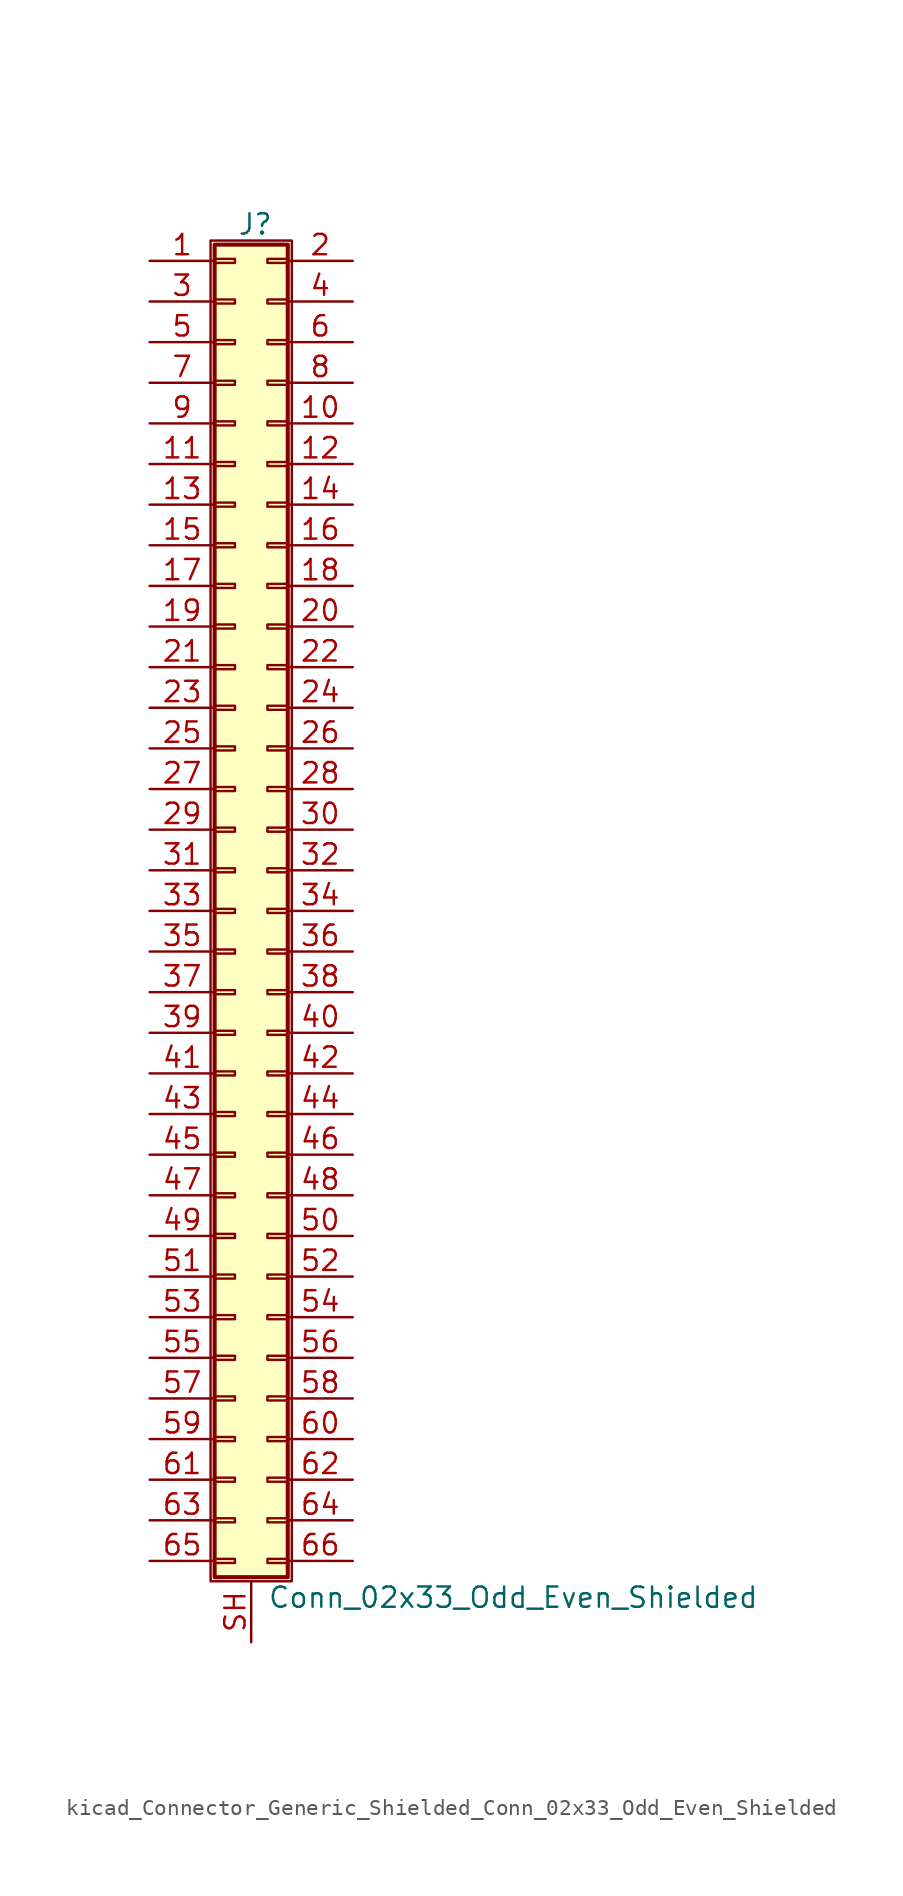
<source format=kicad_sym>
(kicad_symbol_lib
  (version 20220914)
  (generator kicad_symbol_editor)
  (symbol "kicad_Connector_Generic_Shielded_Conn_02x33_Odd_Even_Shielded"
    (pin_names
      (offset 1.016) hide)
    (property "Reference" "J"
      (at 1.524 42.926 0)
      (effects (font (size 1.27 1.27))))
    (property "Value" "Conn_02x33_Odd_Even_Shielded"
      (at 2.286 -42.926 0)
      (effects (font (size 1.27 1.27)) (justify left)))
    (symbol "kicad_Connector_Generic_Shielded_Conn_02x33_Odd_Even_Shielded_1_1"
      (rectangle (start -1.27 41.91) (end 3.81 -41.91) (stroke (width 0.152) (type default)) (fill (type none)))
      (rectangle (start -1.016 -40.513) (end 0.254 -40.767) (stroke (width 0.152) (type default)) (fill (type none)))
      (rectangle (start -1.016 -37.973) (end 0.254 -38.227) (stroke (width 0.152) (type default)) (fill (type none)))
      (rectangle (start -1.016 -35.433) (end 0.254 -35.687) (stroke (width 0.152) (type default)) (fill (type none)))
      (rectangle (start -1.016 -32.893) (end 0.254 -33.147) (stroke (width 0.152) (type default)) (fill (type none)))
      (rectangle (start -1.016 -30.353) (end 0.254 -30.607) (stroke (width 0.152) (type default)) (fill (type none)))
      (rectangle (start -1.016 -27.813) (end 0.254 -28.067) (stroke (width 0.152) (type default)) (fill (type none)))
      (rectangle (start -1.016 -25.273) (end 0.254 -25.527) (stroke (width 0.152) (type default)) (fill (type none)))
      (rectangle (start -1.016 -22.733) (end 0.254 -22.987) (stroke (width 0.152) (type default)) (fill (type none)))
      (rectangle (start -1.016 -20.193) (end 0.254 -20.447) (stroke (width 0.152) (type default)) (fill (type none)))
      (rectangle (start -1.016 -17.653) (end 0.254 -17.907) (stroke (width 0.152) (type default)) (fill (type none)))
      (rectangle (start -1.016 -15.113) (end 0.254 -15.367) (stroke (width 0.152) (type default)) (fill (type none)))
      (rectangle (start -1.016 -12.573) (end 0.254 -12.827) (stroke (width 0.152) (type default)) (fill (type none)))
      (rectangle (start -1.016 -10.033) (end 0.254 -10.287) (stroke (width 0.152) (type default)) (fill (type none)))
      (rectangle (start -1.016 -7.493) (end 0.254 -7.747) (stroke (width 0.152) (type default)) (fill (type none)))
      (rectangle (start -1.016 -4.953) (end 0.254 -5.207) (stroke (width 0.152) (type default)) (fill (type none)))
      (rectangle (start -1.016 -2.413) (end 0.254 -2.667) (stroke (width 0.152) (type default)) (fill (type none)))
      (rectangle (start -1.016 0.127) (end 0.254 -0.127) (stroke (width 0.152) (type default)) (fill (type none)))
      (rectangle (start -1.016 2.667) (end 0.254 2.413) (stroke (width 0.152) (type default)) (fill (type none)))
      (rectangle (start -1.016 5.207) (end 0.254 4.953) (stroke (width 0.152) (type default)) (fill (type none)))
      (rectangle (start -1.016 7.747) (end 0.254 7.493) (stroke (width 0.152) (type default)) (fill (type none)))
      (rectangle (start -1.016 10.287) (end 0.254 10.033) (stroke (width 0.152) (type default)) (fill (type none)))
      (rectangle (start -1.016 12.827) (end 0.254 12.573) (stroke (width 0.152) (type default)) (fill (type none)))
      (rectangle (start -1.016 15.367) (end 0.254 15.113) (stroke (width 0.152) (type default)) (fill (type none)))
      (rectangle (start -1.016 17.907) (end 0.254 17.653) (stroke (width 0.152) (type default)) (fill (type none)))
      (rectangle (start -1.016 20.447) (end 0.254 20.193) (stroke (width 0.152) (type default)) (fill (type none)))
      (rectangle (start -1.016 22.987) (end 0.254 22.733) (stroke (width 0.152) (type default)) (fill (type none)))
      (rectangle (start -1.016 25.527) (end 0.254 25.273) (stroke (width 0.152) (type default)) (fill (type none)))
      (rectangle (start -1.016 28.067) (end 0.254 27.813) (stroke (width 0.152) (type default)) (fill (type none)))
      (rectangle (start -1.016 30.607) (end 0.254 30.353) (stroke (width 0.152) (type default)) (fill (type none)))
      (rectangle (start -1.016 33.147) (end 0.254 32.893) (stroke (width 0.152) (type default)) (fill (type none)))
      (rectangle (start -1.016 35.687) (end 0.254 35.433) (stroke (width 0.152) (type default)) (fill (type none)))
      (rectangle (start -1.016 38.227) (end 0.254 37.973) (stroke (width 0.152) (type default)) (fill (type none)))
      (rectangle (start -1.016 40.767) (end 0.254 40.513) (stroke (width 0.152) (type default)) (fill (type none)))
      (rectangle (start -1.016 41.656) (end 3.556 -41.656) (stroke (width 0.254) (type default)) (fill (type background)))
      (rectangle (start 3.556 -40.513) (end 2.286 -40.767) (stroke (width 0.152) (type default)) (fill (type none)))
      (rectangle (start 3.556 -37.973) (end 2.286 -38.227) (stroke (width 0.152) (type default)) (fill (type none)))
      (rectangle (start 3.556 -35.433) (end 2.286 -35.687) (stroke (width 0.152) (type default)) (fill (type none)))
      (rectangle (start 3.556 -32.893) (end 2.286 -33.147) (stroke (width 0.152) (type default)) (fill (type none)))
      (rectangle (start 3.556 -30.353) (end 2.286 -30.607) (stroke (width 0.152) (type default)) (fill (type none)))
      (rectangle (start 3.556 -27.813) (end 2.286 -28.067) (stroke (width 0.152) (type default)) (fill (type none)))
      (rectangle (start 3.556 -25.273) (end 2.286 -25.527) (stroke (width 0.152) (type default)) (fill (type none)))
      (rectangle (start 3.556 -22.733) (end 2.286 -22.987) (stroke (width 0.152) (type default)) (fill (type none)))
      (rectangle (start 3.556 -20.193) (end 2.286 -20.447) (stroke (width 0.152) (type default)) (fill (type none)))
      (rectangle (start 3.556 -17.653) (end 2.286 -17.907) (stroke (width 0.152) (type default)) (fill (type none)))
      (rectangle (start 3.556 -15.113) (end 2.286 -15.367) (stroke (width 0.152) (type default)) (fill (type none)))
      (rectangle (start 3.556 -12.573) (end 2.286 -12.827) (stroke (width 0.152) (type default)) (fill (type none)))
      (rectangle (start 3.556 -10.033) (end 2.286 -10.287) (stroke (width 0.152) (type default)) (fill (type none)))
      (rectangle (start 3.556 -7.493) (end 2.286 -7.747) (stroke (width 0.152) (type default)) (fill (type none)))
      (rectangle (start 3.556 -4.953) (end 2.286 -5.207) (stroke (width 0.152) (type default)) (fill (type none)))
      (rectangle (start 3.556 -2.413) (end 2.286 -2.667) (stroke (width 0.152) (type default)) (fill (type none)))
      (rectangle (start 3.556 0.127) (end 2.286 -0.127) (stroke (width 0.152) (type default)) (fill (type none)))
      (rectangle (start 3.556 2.667) (end 2.286 2.413) (stroke (width 0.152) (type default)) (fill (type none)))
      (rectangle (start 3.556 5.207) (end 2.286 4.953) (stroke (width 0.152) (type default)) (fill (type none)))
      (rectangle (start 3.556 7.747) (end 2.286 7.493) (stroke (width 0.152) (type default)) (fill (type none)))
      (rectangle (start 3.556 10.287) (end 2.286 10.033) (stroke (width 0.152) (type default)) (fill (type none)))
      (rectangle (start 3.556 12.827) (end 2.286 12.573) (stroke (width 0.152) (type default)) (fill (type none)))
      (rectangle (start 3.556 15.367) (end 2.286 15.113) (stroke (width 0.152) (type default)) (fill (type none)))
      (rectangle (start 3.556 17.907) (end 2.286 17.653) (stroke (width 0.152) (type default)) (fill (type none)))
      (rectangle (start 3.556 20.447) (end 2.286 20.193) (stroke (width 0.152) (type default)) (fill (type none)))
      (rectangle (start 3.556 22.987) (end 2.286 22.733) (stroke (width 0.152) (type default)) (fill (type none)))
      (rectangle (start 3.556 25.527) (end 2.286 25.273) (stroke (width 0.152) (type default)) (fill (type none)))
      (rectangle (start 3.556 28.067) (end 2.286 27.813) (stroke (width 0.152) (type default)) (fill (type none)))
      (rectangle (start 3.556 30.607) (end 2.286 30.353) (stroke (width 0.152) (type default)) (fill (type none)))
      (rectangle (start 3.556 33.147) (end 2.286 32.893) (stroke (width 0.152) (type default)) (fill (type none)))
      (rectangle (start 3.556 35.687) (end 2.286 35.433) (stroke (width 0.152) (type default)) (fill (type none)))
      (rectangle (start 3.556 38.227) (end 2.286 37.973) (stroke (width 0.152) (type default)) (fill (type none)))
      (rectangle (start 3.556 40.767) (end 2.286 40.513) (stroke (width 0.152) (type default)) (fill (type none)))
      (pin passive line (at -5.08 40.64 0) (length 4.064) (name "Pin_1" (effects (font (size 1.27 1.27)))) (number "1" (effects (font (size 1.27 1.27)))))
      (pin passive line (at 7.62 30.48 180) (length 4.064) (name "Pin_10" (effects (font (size 1.27 1.27)))) (number "10" (effects (font (size 1.27 1.27)))))
      (pin passive line (at -5.08 27.94 0) (length 4.064) (name "Pin_11" (effects (font (size 1.27 1.27)))) (number "11" (effects (font (size 1.27 1.27)))))
      (pin passive line (at 7.62 27.94 180) (length 4.064) (name "Pin_12" (effects (font (size 1.27 1.27)))) (number "12" (effects (font (size 1.27 1.27)))))
      (pin passive line (at -5.08 25.4 0) (length 4.064) (name "Pin_13" (effects (font (size 1.27 1.27)))) (number "13" (effects (font (size 1.27 1.27)))))
      (pin passive line (at 7.62 25.4 180) (length 4.064) (name "Pin_14" (effects (font (size 1.27 1.27)))) (number "14" (effects (font (size 1.27 1.27)))))
      (pin passive line (at -5.08 22.86 0) (length 4.064) (name "Pin_15" (effects (font (size 1.27 1.27)))) (number "15" (effects (font (size 1.27 1.27)))))
      (pin passive line (at 7.62 22.86 180) (length 4.064) (name "Pin_16" (effects (font (size 1.27 1.27)))) (number "16" (effects (font (size 1.27 1.27)))))
      (pin passive line (at -5.08 20.32 0) (length 4.064) (name "Pin_17" (effects (font (size 1.27 1.27)))) (number "17" (effects (font (size 1.27 1.27)))))
      (pin passive line (at 7.62 20.32 180) (length 4.064) (name "Pin_18" (effects (font (size 1.27 1.27)))) (number "18" (effects (font (size 1.27 1.27)))))
      (pin passive line (at -5.08 17.78 0) (length 4.064) (name "Pin_19" (effects (font (size 1.27 1.27)))) (number "19" (effects (font (size 1.27 1.27)))))
      (pin passive line (at 7.62 40.64 180) (length 4.064) (name "Pin_2" (effects (font (size 1.27 1.27)))) (number "2" (effects (font (size 1.27 1.27)))))
      (pin passive line (at 7.62 17.78 180) (length 4.064) (name "Pin_20" (effects (font (size 1.27 1.27)))) (number "20" (effects (font (size 1.27 1.27)))))
      (pin passive line (at -5.08 15.24 0) (length 4.064) (name "Pin_21" (effects (font (size 1.27 1.27)))) (number "21" (effects (font (size 1.27 1.27)))))
      (pin passive line (at 7.62 15.24 180) (length 4.064) (name "Pin_22" (effects (font (size 1.27 1.27)))) (number "22" (effects (font (size 1.27 1.27)))))
      (pin passive line (at -5.08 12.7 0) (length 4.064) (name "Pin_23" (effects (font (size 1.27 1.27)))) (number "23" (effects (font (size 1.27 1.27)))))
      (pin passive line (at 7.62 12.7 180) (length 4.064) (name "Pin_24" (effects (font (size 1.27 1.27)))) (number "24" (effects (font (size 1.27 1.27)))))
      (pin passive line (at -5.08 10.16 0) (length 4.064) (name "Pin_25" (effects (font (size 1.27 1.27)))) (number "25" (effects (font (size 1.27 1.27)))))
      (pin passive line (at 7.62 10.16 180) (length 4.064) (name "Pin_26" (effects (font (size 1.27 1.27)))) (number "26" (effects (font (size 1.27 1.27)))))
      (pin passive line (at -5.08 7.62 0) (length 4.064) (name "Pin_27" (effects (font (size 1.27 1.27)))) (number "27" (effects (font (size 1.27 1.27)))))
      (pin passive line (at 7.62 7.62 180) (length 4.064) (name "Pin_28" (effects (font (size 1.27 1.27)))) (number "28" (effects (font (size 1.27 1.27)))))
      (pin passive line (at -5.08 5.08 0) (length 4.064) (name "Pin_29" (effects (font (size 1.27 1.27)))) (number "29" (effects (font (size 1.27 1.27)))))
      (pin passive line (at -5.08 38.1 0) (length 4.064) (name "Pin_3" (effects (font (size 1.27 1.27)))) (number "3" (effects (font (size 1.27 1.27)))))
      (pin passive line (at 7.62 5.08 180) (length 4.064) (name "Pin_30" (effects (font (size 1.27 1.27)))) (number "30" (effects (font (size 1.27 1.27)))))
      (pin passive line (at -5.08 2.54 0) (length 4.064) (name "Pin_31" (effects (font (size 1.27 1.27)))) (number "31" (effects (font (size 1.27 1.27)))))
      (pin passive line (at 7.62 2.54 180) (length 4.064) (name "Pin_32" (effects (font (size 1.27 1.27)))) (number "32" (effects (font (size 1.27 1.27)))))
      (pin passive line (at -5.08 0 0) (length 4.064) (name "Pin_33" (effects (font (size 1.27 1.27)))) (number "33" (effects (font (size 1.27 1.27)))))
      (pin passive line (at 7.62 0 180) (length 4.064) (name "Pin_34" (effects (font (size 1.27 1.27)))) (number "34" (effects (font (size 1.27 1.27)))))
      (pin passive line (at -5.08 -2.54 0) (length 4.064) (name "Pin_35" (effects (font (size 1.27 1.27)))) (number "35" (effects (font (size 1.27 1.27)))))
      (pin passive line (at 7.62 -2.54 180) (length 4.064) (name "Pin_36" (effects (font (size 1.27 1.27)))) (number "36" (effects (font (size 1.27 1.27)))))
      (pin passive line (at -5.08 -5.08 0) (length 4.064) (name "Pin_37" (effects (font (size 1.27 1.27)))) (number "37" (effects (font (size 1.27 1.27)))))
      (pin passive line (at 7.62 -5.08 180) (length 4.064) (name "Pin_38" (effects (font (size 1.27 1.27)))) (number "38" (effects (font (size 1.27 1.27)))))
      (pin passive line (at -5.08 -7.62 0) (length 4.064) (name "Pin_39" (effects (font (size 1.27 1.27)))) (number "39" (effects (font (size 1.27 1.27)))))
      (pin passive line (at 7.62 38.1 180) (length 4.064) (name "Pin_4" (effects (font (size 1.27 1.27)))) (number "4" (effects (font (size 1.27 1.27)))))
      (pin passive line (at 7.62 -7.62 180) (length 4.064) (name "Pin_40" (effects (font (size 1.27 1.27)))) (number "40" (effects (font (size 1.27 1.27)))))
      (pin passive line (at -5.08 -10.16 0) (length 4.064) (name "Pin_41" (effects (font (size 1.27 1.27)))) (number "41" (effects (font (size 1.27 1.27)))))
      (pin passive line (at 7.62 -10.16 180) (length 4.064) (name "Pin_42" (effects (font (size 1.27 1.27)))) (number "42" (effects (font (size 1.27 1.27)))))
      (pin passive line (at -5.08 -12.7 0) (length 4.064) (name "Pin_43" (effects (font (size 1.27 1.27)))) (number "43" (effects (font (size 1.27 1.27)))))
      (pin passive line (at 7.62 -12.7 180) (length 4.064) (name "Pin_44" (effects (font (size 1.27 1.27)))) (number "44" (effects (font (size 1.27 1.27)))))
      (pin passive line (at -5.08 -15.24 0) (length 4.064) (name "Pin_45" (effects (font (size 1.27 1.27)))) (number "45" (effects (font (size 1.27 1.27)))))
      (pin passive line (at 7.62 -15.24 180) (length 4.064) (name "Pin_46" (effects (font (size 1.27 1.27)))) (number "46" (effects (font (size 1.27 1.27)))))
      (pin passive line (at -5.08 -17.78 0) (length 4.064) (name "Pin_47" (effects (font (size 1.27 1.27)))) (number "47" (effects (font (size 1.27 1.27)))))
      (pin passive line (at 7.62 -17.78 180) (length 4.064) (name "Pin_48" (effects (font (size 1.27 1.27)))) (number "48" (effects (font (size 1.27 1.27)))))
      (pin passive line (at -5.08 -20.32 0) (length 4.064) (name "Pin_49" (effects (font (size 1.27 1.27)))) (number "49" (effects (font (size 1.27 1.27)))))
      (pin passive line (at -5.08 35.56 0) (length 4.064) (name "Pin_5" (effects (font (size 1.27 1.27)))) (number "5" (effects (font (size 1.27 1.27)))))
      (pin passive line (at 7.62 -20.32 180) (length 4.064) (name "Pin_50" (effects (font (size 1.27 1.27)))) (number "50" (effects (font (size 1.27 1.27)))))
      (pin passive line (at -5.08 -22.86 0) (length 4.064) (name "Pin_51" (effects (font (size 1.27 1.27)))) (number "51" (effects (font (size 1.27 1.27)))))
      (pin passive line (at 7.62 -22.86 180) (length 4.064) (name "Pin_52" (effects (font (size 1.27 1.27)))) (number "52" (effects (font (size 1.27 1.27)))))
      (pin passive line (at -5.08 -25.4 0) (length 4.064) (name "Pin_53" (effects (font (size 1.27 1.27)))) (number "53" (effects (font (size 1.27 1.27)))))
      (pin passive line (at 7.62 -25.4 180) (length 4.064) (name "Pin_54" (effects (font (size 1.27 1.27)))) (number "54" (effects (font (size 1.27 1.27)))))
      (pin passive line (at -5.08 -27.94 0) (length 4.064) (name "Pin_55" (effects (font (size 1.27 1.27)))) (number "55" (effects (font (size 1.27 1.27)))))
      (pin passive line (at 7.62 -27.94 180) (length 4.064) (name "Pin_56" (effects (font (size 1.27 1.27)))) (number "56" (effects (font (size 1.27 1.27)))))
      (pin passive line (at -5.08 -30.48 0) (length 4.064) (name "Pin_57" (effects (font (size 1.27 1.27)))) (number "57" (effects (font (size 1.27 1.27)))))
      (pin passive line (at 7.62 -30.48 180) (length 4.064) (name "Pin_58" (effects (font (size 1.27 1.27)))) (number "58" (effects (font (size 1.27 1.27)))))
      (pin passive line (at -5.08 -33.02 0) (length 4.064) (name "Pin_59" (effects (font (size 1.27 1.27)))) (number "59" (effects (font (size 1.27 1.27)))))
      (pin passive line (at 7.62 35.56 180) (length 4.064) (name "Pin_6" (effects (font (size 1.27 1.27)))) (number "6" (effects (font (size 1.27 1.27)))))
      (pin passive line (at 7.62 -33.02 180) (length 4.064) (name "Pin_60" (effects (font (size 1.27 1.27)))) (number "60" (effects (font (size 1.27 1.27)))))
      (pin passive line (at -5.08 -35.56 0) (length 4.064) (name "Pin_61" (effects (font (size 1.27 1.27)))) (number "61" (effects (font (size 1.27 1.27)))))
      (pin passive line (at 7.62 -35.56 180) (length 4.064) (name "Pin_62" (effects (font (size 1.27 1.27)))) (number "62" (effects (font (size 1.27 1.27)))))
      (pin passive line (at -5.08 -38.1 0) (length 4.064) (name "Pin_63" (effects (font (size 1.27 1.27)))) (number "63" (effects (font (size 1.27 1.27)))))
      (pin passive line (at 7.62 -38.1 180) (length 4.064) (name "Pin_64" (effects (font (size 1.27 1.27)))) (number "64" (effects (font (size 1.27 1.27)))))
      (pin passive line (at -5.08 -40.64 0) (length 4.064) (name "Pin_65" (effects (font (size 1.27 1.27)))) (number "65" (effects (font (size 1.27 1.27)))))
      (pin passive line (at 7.62 -40.64 180) (length 4.064) (name "Pin_66" (effects (font (size 1.27 1.27)))) (number "66" (effects (font (size 1.27 1.27)))))
      (pin passive line (at -5.08 33.02 0) (length 4.064) (name "Pin_7" (effects (font (size 1.27 1.27)))) (number "7" (effects (font (size 1.27 1.27)))))
      (pin passive line (at 7.62 33.02 180) (length 4.064) (name "Pin_8" (effects (font (size 1.27 1.27)))) (number "8" (effects (font (size 1.27 1.27)))))
      (pin passive line (at -5.08 30.48 0) (length 4.064) (name "Pin_9" (effects (font (size 1.27 1.27)))) (number "9" (effects (font (size 1.27 1.27)))))
      (pin passive line (at 1.27 -45.72 90) (length 3.81) (name "Shield" (effects (font (size 1.27 1.27)))) (number "SH" (effects (font (size 1.27 1.27))))))))
</source>
